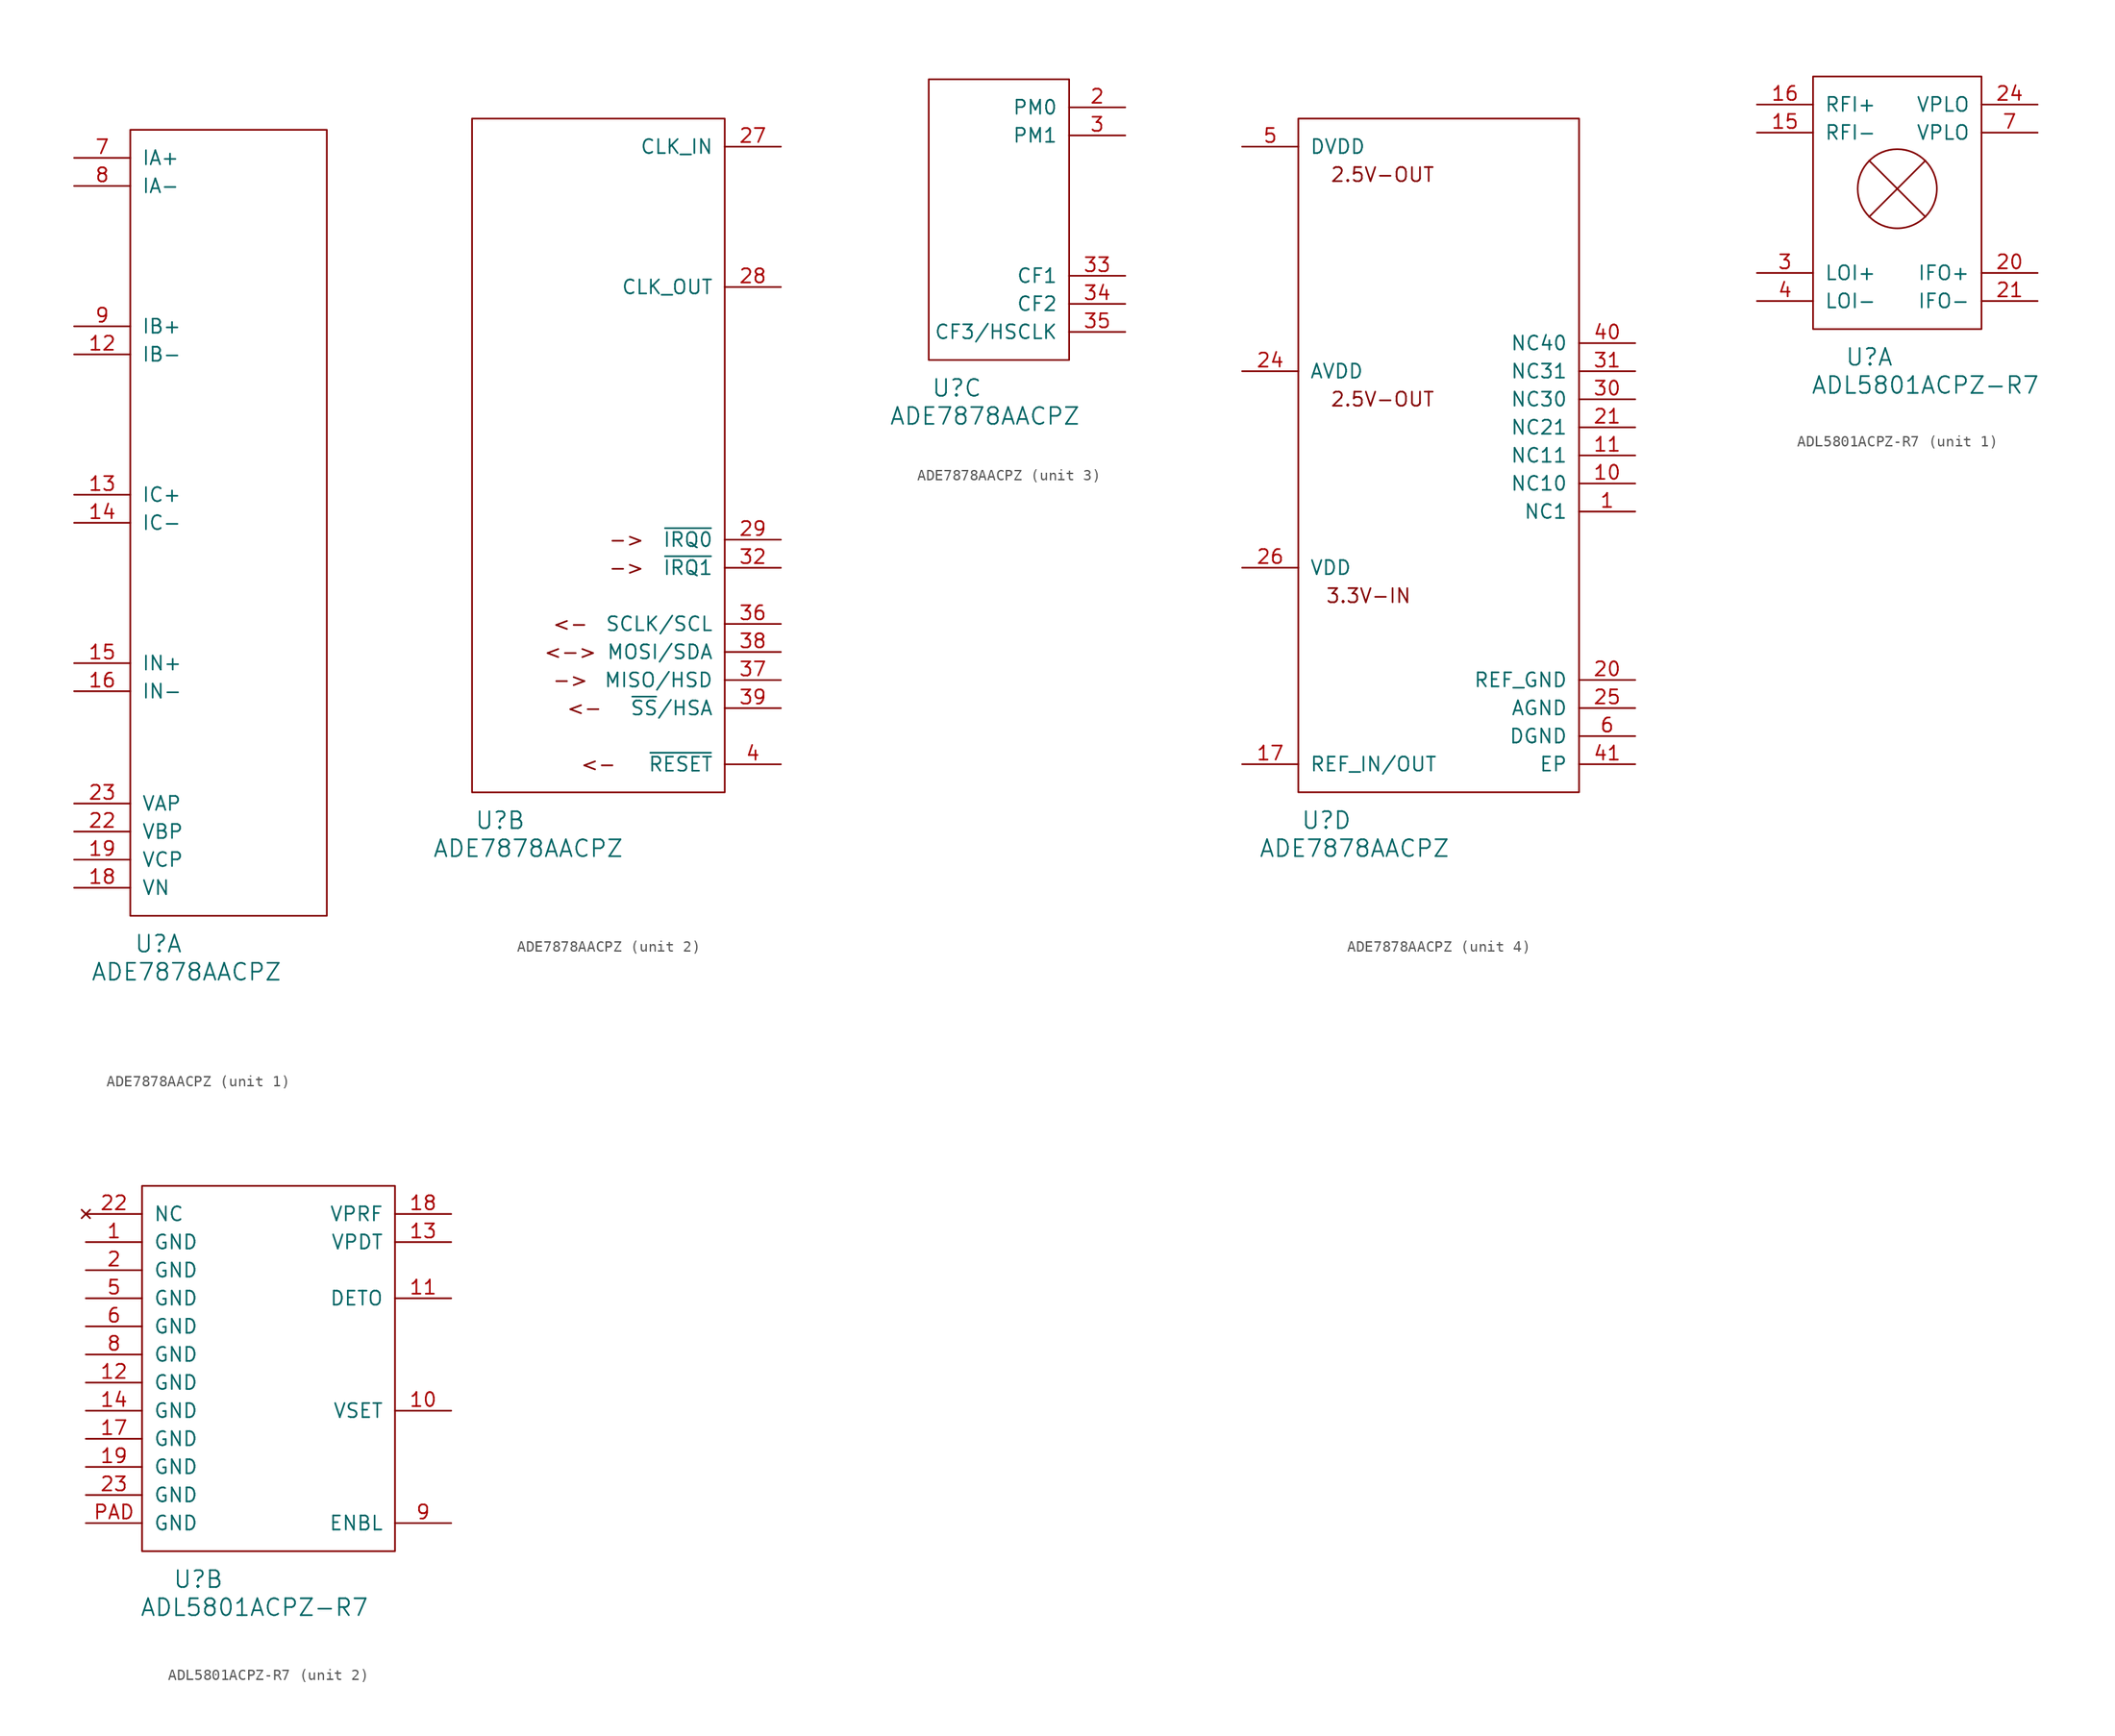
<source format=kicad_sym>
(kicad_symbol_lib
  (version 20220914)
  (generator kicad_symbol_editor)
  (symbol "ADE7878AACPZ"
    (pin_names
      (offset 1.016))
    (property "Reference" "U"
      (at 2.54 -2.54 0)
      (effects (font (size 1.524 1.524))))
    (property "Value" "ADE7878AACPZ"
      (at 5.08 -5.08 0)
      (effects (font (size 1.524 1.524))))
    (property "ki_locked" ""
      (at 0 0 0)
      (effects (font (size 1.27 1.27))))
    (symbol "ADE7878AACPZ_1_1"
      (rectangle (start 0 0) (end 17.78 71.12) (stroke (width 0) (type solid)) (fill (type none)))
      (pin input line (at -5.08 50.8 0) (length 5.08) (name "IB-" (effects (font (size 1.27 1.27)))) (number "12" (effects (font (size 1.27 1.27)))))
      (pin input line (at -5.08 38.1 0) (length 5.08) (name "IC+" (effects (font (size 1.27 1.27)))) (number "13" (effects (font (size 1.27 1.27)))))
      (pin input line (at -5.08 35.56 0) (length 5.08) (name "IC-" (effects (font (size 1.27 1.27)))) (number "14" (effects (font (size 1.27 1.27)))))
      (pin input line (at -5.08 22.86 0) (length 5.08) (name "IN+" (effects (font (size 1.27 1.27)))) (number "15" (effects (font (size 1.27 1.27)))))
      (pin input line (at -5.08 20.32 0) (length 5.08) (name "IN-" (effects (font (size 1.27 1.27)))) (number "16" (effects (font (size 1.27 1.27)))))
      (pin input line (at -5.08 2.54 0) (length 5.08) (name "VN" (effects (font (size 1.27 1.27)))) (number "18" (effects (font (size 1.27 1.27)))))
      (pin input line (at -5.08 5.08 0) (length 5.08) (name "VCP" (effects (font (size 1.27 1.27)))) (number "19" (effects (font (size 1.27 1.27)))))
      (pin input line (at -5.08 7.62 0) (length 5.08) (name "VBP" (effects (font (size 1.27 1.27)))) (number "22" (effects (font (size 1.27 1.27)))))
      (pin input line (at -5.08 10.16 0) (length 5.08) (name "VAP" (effects (font (size 1.27 1.27)))) (number "23" (effects (font (size 1.27 1.27)))))
      (pin input line (at -5.08 68.58 0) (length 5.08) (name "IA+" (effects (font (size 1.27 1.27)))) (number "7" (effects (font (size 1.27 1.27)))))
      (pin input line (at -5.08 66.04 0) (length 5.08) (name "IA-" (effects (font (size 1.27 1.27)))) (number "8" (effects (font (size 1.27 1.27)))))
      (pin input line (at -5.08 53.34 0) (length 5.08) (name "IB+" (effects (font (size 1.27 1.27)))) (number "9" (effects (font (size 1.27 1.27))))))
    (symbol "ADE7878AACPZ_2_1"
      (rectangle (start 0 0) (end 22.86 60.96) (stroke (width 0) (type solid)) (fill (type none)))
      (text "->" (at 8.89 10.16 0) (effects (font (size 1.27 1.27))))
      (text "->" (at 13.97 20.32 0) (effects (font (size 1.27 1.27))))
      (text "->" (at 13.97 22.86 0) (effects (font (size 1.27 1.27))))
      (text "<-" (at 8.89 15.24 0) (effects (font (size 1.27 1.27))))
      (text "<-" (at 10.16 7.62 0) (effects (font (size 1.27 1.27))))
      (text "<-" (at 11.43 2.54 0) (effects (font (size 1.27 1.27))))
      (text "<->" (at 8.89 12.7 0) (effects (font (size 1.27 1.27))))
      (pin input line (at 27.94 58.42 180) (length 5.08) (name "CLK_IN" (effects (font (size 1.27 1.27)))) (number "27" (effects (font (size 1.27 1.27)))))
      (pin output line (at 27.94 45.72 180) (length 5.08) (name "CLK_OUT" (effects (font (size 1.27 1.27)))) (number "28" (effects (font (size 1.27 1.27)))))
      (pin output line (at 27.94 22.86 180) (length 5.08) (name "~{IRQ0}" (effects (font (size 1.27 1.27)))) (number "29" (effects (font (size 1.27 1.27)))))
      (pin output line (at 27.94 20.32 180) (length 5.08) (name "~{IRQ1}" (effects (font (size 1.27 1.27)))) (number "32" (effects (font (size 1.27 1.27)))))
      (pin input line (at 27.94 15.24 180) (length 5.08) (name "SCLK/SCL" (effects (font (size 1.27 1.27)))) (number "36" (effects (font (size 1.27 1.27)))))
      (pin output line (at 27.94 10.16 180) (length 5.08) (name "MISO/HSD" (effects (font (size 1.27 1.27)))) (number "37" (effects (font (size 1.27 1.27)))))
      (pin bidirectional line (at 27.94 12.7 180) (length 5.08) (name "MOSI/SDA" (effects (font (size 1.27 1.27)))) (number "38" (effects (font (size 1.27 1.27)))))
      (pin input line (at 27.94 7.62 180) (length 5.08) (name "~{SS}/HSA" (effects (font (size 1.27 1.27)))) (number "39" (effects (font (size 1.27 1.27)))))
      (pin input line (at 27.94 2.54 180) (length 5.08) (name "~{RESET}" (effects (font (size 1.27 1.27)))) (number "4" (effects (font (size 1.27 1.27))))))
    (symbol "ADE7878AACPZ_3_1"
      (rectangle (start 0 0) (end 12.7 25.4) (stroke (width 0) (type solid)) (fill (type none)))
      (pin input line (at 17.78 22.86 180) (length 5.08) (name "PM0" (effects (font (size 1.27 1.27)))) (number "2" (effects (font (size 1.27 1.27)))))
      (pin input line (at 17.78 20.32 180) (length 5.08) (name "PM1" (effects (font (size 1.27 1.27)))) (number "3" (effects (font (size 1.27 1.27)))))
      (pin output line (at 17.78 7.62 180) (length 5.08) (name "CF1" (effects (font (size 1.27 1.27)))) (number "33" (effects (font (size 1.27 1.27)))))
      (pin output line (at 17.78 5.08 180) (length 5.08) (name "CF2" (effects (font (size 1.27 1.27)))) (number "34" (effects (font (size 1.27 1.27)))))
      (pin output line (at 17.78 2.54 180) (length 5.08) (name "CF3/HSCLK" (effects (font (size 1.27 1.27)))) (number "35" (effects (font (size 1.27 1.27))))))
    (symbol "ADE7878AACPZ_4_0"
      (text "3.3V-IN" (at 6.35 17.78 0) (effects (font (size 1.27 1.27)))))
    (symbol "ADE7878AACPZ_4_1"
      (rectangle (start 0 0) (end 25.4 60.96) (stroke (width 0) (type solid)) (fill (type none)))
      (text "2.5V-OUT" (at 7.62 35.56 0) (effects (font (size 1.27 1.27))))
      (text "2.5V-OUT" (at 7.62 55.88 0) (effects (font (size 1.27 1.27))))
      (pin passive line (at 30.48 25.4 180) (length 5.08) (name "NC1" (effects (font (size 1.27 1.27)))) (number "1" (effects (font (size 1.27 1.27)))))
      (pin passive line (at 30.48 27.94 180) (length 5.08) (name "NC10" (effects (font (size 1.27 1.27)))) (number "10" (effects (font (size 1.27 1.27)))))
      (pin passive line (at 30.48 30.48 180) (length 5.08) (name "NC11" (effects (font (size 1.27 1.27)))) (number "11" (effects (font (size 1.27 1.27)))))
      (pin power_out line (at -5.08 2.54 0) (length 5.08) (name "REF_IN/OUT" (effects (font (size 1.27 1.27)))) (number "17" (effects (font (size 1.27 1.27)))))
      (pin power_in line (at 30.48 10.16 180) (length 5.08) (name "REF_GND" (effects (font (size 1.27 1.27)))) (number "20" (effects (font (size 1.27 1.27)))))
      (pin passive line (at 30.48 33.02 180) (length 5.08) (name "NC21" (effects (font (size 1.27 1.27)))) (number "21" (effects (font (size 1.27 1.27)))))
      (pin power_out line (at -5.08 38.1 0) (length 5.08) (name "AVDD" (effects (font (size 1.27 1.27)))) (number "24" (effects (font (size 1.27 1.27)))))
      (pin power_in line (at 30.48 7.62 180) (length 5.08) (name "AGND" (effects (font (size 1.27 1.27)))) (number "25" (effects (font (size 1.27 1.27)))))
      (pin power_in line (at -5.08 20.32 0) (length 5.08) (name "VDD" (effects (font (size 1.27 1.27)))) (number "26" (effects (font (size 1.27 1.27)))))
      (pin passive line (at 30.48 35.56 180) (length 5.08) (name "NC30" (effects (font (size 1.27 1.27)))) (number "30" (effects (font (size 1.27 1.27)))))
      (pin passive line (at 30.48 38.1 180) (length 5.08) (name "NC31" (effects (font (size 1.27 1.27)))) (number "31" (effects (font (size 1.27 1.27)))))
      (pin passive line (at 30.48 40.64 180) (length 5.08) (name "NC40" (effects (font (size 1.27 1.27)))) (number "40" (effects (font (size 1.27 1.27)))))
      (pin power_in line (at 30.48 2.54 180) (length 5.08) (name "EP" (effects (font (size 1.27 1.27)))) (number "41" (effects (font (size 1.27 1.27)))))
      (pin power_out line (at -5.08 58.42 0) (length 5.08) (name "DVDD" (effects (font (size 1.27 1.27)))) (number "5" (effects (font (size 1.27 1.27)))))
      (pin power_in line (at 30.48 5.08 180) (length 5.08) (name "DGND" (effects (font (size 1.27 1.27)))) (number "6" (effects (font (size 1.27 1.27)))))))
  (symbol "ADL5801ACPZ-R7"
    (pin_names
      (offset 1.016))
    (property "Reference" "U"
      (at 5.08 -2.54 0)
      (effects (font (size 1.524 1.524))))
    (property "Value" "ADL5801ACPZ-R7"
      (at 10.16 -5.08 0)
      (effects (font (size 1.524 1.524))))
    (property "ki_locked" ""
      (at 0 0 0)
      (effects (font (size 1.27 1.27))))
    (symbol "ADL5801ACPZ-R7_1_1"
      (polyline (pts (xy 5.08 10.16) (xy 10.16 15.24)) (stroke (width 0) (type solid)) (fill (type none)))
      (polyline (pts (xy 5.08 15.24) (xy 10.16 10.16)) (stroke (width 0) (type solid)) (fill (type none)))
      (rectangle (start 0 0) (end 15.24 22.86) (stroke (width 0) (type solid)) (fill (type none)))
      (circle (center 7.62 12.7) (radius 3.581) (stroke (width 0) (type solid)) (fill (type none)))
      (pin input line (at -5.08 17.78 0) (length 5.08) (name "RFI-" (effects (font (size 1.27 1.27)))) (number "15" (effects (font (size 1.27 1.27)))))
      (pin input line (at -5.08 20.32 0) (length 5.08) (name "RFI+" (effects (font (size 1.27 1.27)))) (number "16" (effects (font (size 1.27 1.27)))))
      (pin output line (at 20.32 5.08 180) (length 5.08) (name "IFO+" (effects (font (size 1.27 1.27)))) (number "20" (effects (font (size 1.27 1.27)))))
      (pin output line (at 20.32 2.54 180) (length 5.08) (name "IFO-" (effects (font (size 1.27 1.27)))) (number "21" (effects (font (size 1.27 1.27)))))
      (pin power_in line (at 20.32 20.32 180) (length 5.08) (name "VPLO" (effects (font (size 1.27 1.27)))) (number "24" (effects (font (size 1.27 1.27)))))
      (pin input line (at -5.08 5.08 0) (length 5.08) (name "LOI+" (effects (font (size 1.27 1.27)))) (number "3" (effects (font (size 1.27 1.27)))))
      (pin input line (at -5.08 2.54 0) (length 5.08) (name "LOI-" (effects (font (size 1.27 1.27)))) (number "4" (effects (font (size 1.27 1.27)))))
      (pin power_in line (at 20.32 17.78 180) (length 5.08) (name "VPLO" (effects (font (size 1.27 1.27)))) (number "7" (effects (font (size 1.27 1.27))))))
    (symbol "ADL5801ACPZ-R7_2_1"
      (rectangle (start 0 0) (end 22.86 33.02) (stroke (width 0) (type solid)) (fill (type none)))
      (pin power_in line (at -5.08 27.94 0) (length 5.08) (name "GND" (effects (font (size 1.27 1.27)))) (number "1" (effects (font (size 1.27 1.27)))))
      (pin input line (at 27.94 12.7 180) (length 5.08) (name "VSET" (effects (font (size 1.27 1.27)))) (number "10" (effects (font (size 1.27 1.27)))))
      (pin output line (at 27.94 22.86 180) (length 5.08) (name "DETO" (effects (font (size 1.27 1.27)))) (number "11" (effects (font (size 1.27 1.27)))))
      (pin power_in line (at -5.08 15.24 0) (length 5.08) (name "GND" (effects (font (size 1.27 1.27)))) (number "12" (effects (font (size 1.27 1.27)))))
      (pin power_in line (at 27.94 27.94 180) (length 5.08) (name "VPDT" (effects (font (size 1.27 1.27)))) (number "13" (effects (font (size 1.27 1.27)))))
      (pin power_in line (at -5.08 12.7 0) (length 5.08) (name "GND" (effects (font (size 1.27 1.27)))) (number "14" (effects (font (size 1.27 1.27)))))
      (pin power_in line (at -5.08 10.16 0) (length 5.08) (name "GND" (effects (font (size 1.27 1.27)))) (number "17" (effects (font (size 1.27 1.27)))))
      (pin power_in line (at 27.94 30.48 180) (length 5.08) (name "VPRF" (effects (font (size 1.27 1.27)))) (number "18" (effects (font (size 1.27 1.27)))))
      (pin power_in line (at -5.08 7.62 0) (length 5.08) (name "GND" (effects (font (size 1.27 1.27)))) (number "19" (effects (font (size 1.27 1.27)))))
      (pin power_in line (at -5.08 25.4 0) (length 5.08) (name "GND" (effects (font (size 1.27 1.27)))) (number "2" (effects (font (size 1.27 1.27)))))
      (pin no_connect line (at -5.08 30.48 0) (length 5.08) (name "NC" (effects (font (size 1.27 1.27)))) (number "22" (effects (font (size 1.27 1.27)))))
      (pin power_in line (at -5.08 5.08 0) (length 5.08) (name "GND" (effects (font (size 1.27 1.27)))) (number "23" (effects (font (size 1.27 1.27)))))
      (pin power_in line (at -5.08 22.86 0) (length 5.08) (name "GND" (effects (font (size 1.27 1.27)))) (number "5" (effects (font (size 1.27 1.27)))))
      (pin power_in line (at -5.08 20.32 0) (length 5.08) (name "GND" (effects (font (size 1.27 1.27)))) (number "6" (effects (font (size 1.27 1.27)))))
      (pin power_in line (at -5.08 17.78 0) (length 5.08) (name "GND" (effects (font (size 1.27 1.27)))) (number "8" (effects (font (size 1.27 1.27)))))
      (pin input line (at 27.94 2.54 180) (length 5.08) (name "ENBL" (effects (font (size 1.27 1.27)))) (number "9" (effects (font (size 1.27 1.27)))))
      (pin power_in line (at -5.08 2.54 0) (length 5.08) (name "GND" (effects (font (size 1.27 1.27)))) (number "PAD" (effects (font (size 1.27 1.27))))))))
</source>
